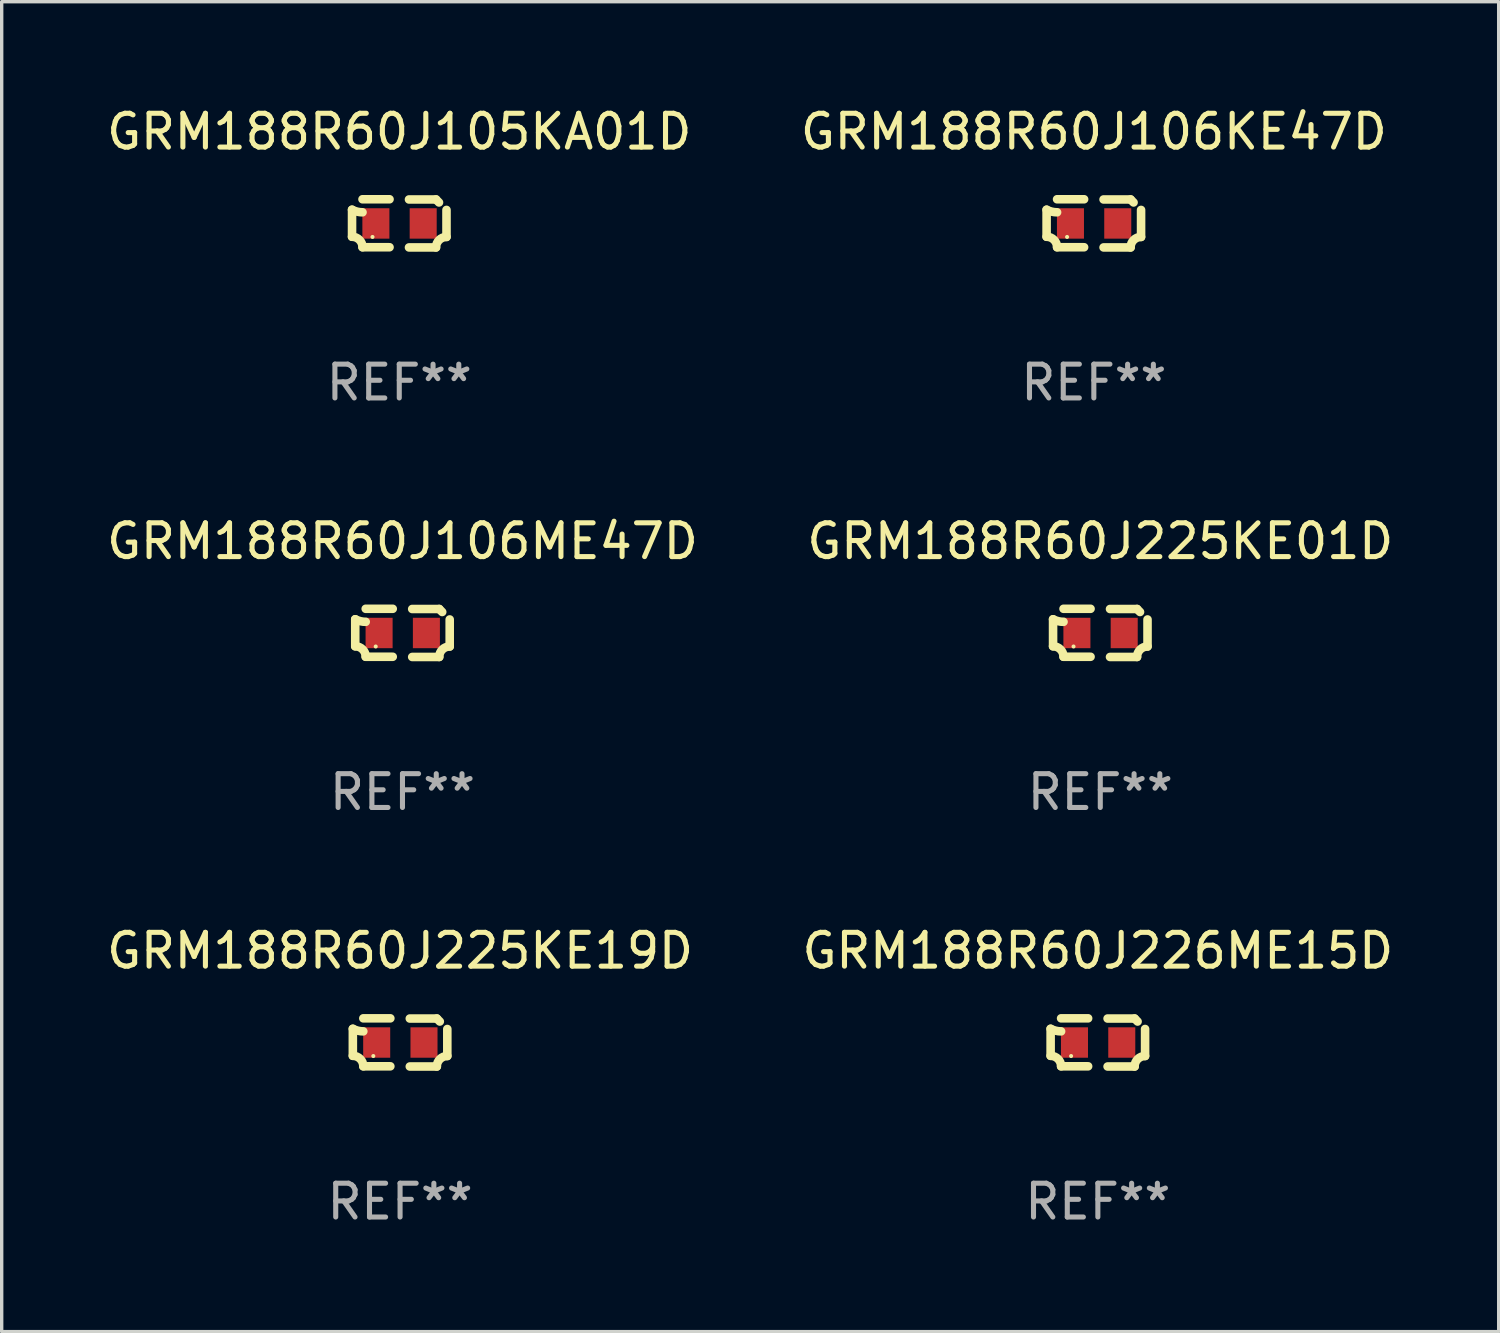
<source format=kicad_pcb>
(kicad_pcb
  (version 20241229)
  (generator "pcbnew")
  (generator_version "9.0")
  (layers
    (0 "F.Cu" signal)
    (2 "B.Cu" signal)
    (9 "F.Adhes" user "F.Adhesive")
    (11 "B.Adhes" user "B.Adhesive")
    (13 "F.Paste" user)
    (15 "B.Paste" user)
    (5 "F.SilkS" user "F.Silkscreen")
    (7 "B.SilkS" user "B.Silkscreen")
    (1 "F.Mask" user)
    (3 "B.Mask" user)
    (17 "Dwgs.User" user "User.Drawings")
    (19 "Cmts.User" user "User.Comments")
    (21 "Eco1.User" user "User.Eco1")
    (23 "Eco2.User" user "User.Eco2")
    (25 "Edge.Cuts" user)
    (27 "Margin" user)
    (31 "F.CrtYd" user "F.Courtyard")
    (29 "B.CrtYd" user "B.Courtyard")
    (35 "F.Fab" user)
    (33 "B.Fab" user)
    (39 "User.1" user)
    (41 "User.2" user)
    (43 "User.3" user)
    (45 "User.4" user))
  (footprint "GRM188R60J225KE01D"
    (layer "F.Cu")
    (at 29.518 15.683)
    (property "Reference" "GRM188R60J225KE01D" (at 0 -2.713 0) (layer "F.SilkS") (effects (font (size 1 1) (thickness 0.15))))
    (attr through_hole)
    (fp_line (start -1.398 -0.403) (end -1.398 0.397) (stroke (width 0.254) (type solid)) (layer "F.SilkS"))
    (fp_line (start -0.288 -0.713) (end -1.088 -0.713) (stroke (width 0.254) (type solid)) (layer "F.SilkS"))
    (fp_line (start -0.288 0.707) (end -1.088 0.707) (stroke (width 0.254) (type solid)) (layer "F.SilkS"))
    (fp_line (start 0.288 -0.707) (end 1.088 -0.707) (stroke (width 0.254) (type solid)) (layer "F.SilkS"))
    (fp_line (start 0.288 0.713) (end 1.088 0.713) (stroke (width 0.254) (type solid)) (layer "F.SilkS"))
    (fp_line (start 1.398 -0.397) (end 1.398 0.403) (stroke (width 0.254) (type solid)) (layer "F.SilkS"))
    (fp_arc (start -1.397789 0.397066) (mid -1.178701 0.487826) (end -1.08796 0.706922) (stroke (width 0.254001) (type solid)) (layer "F.SilkS"))
    (fp_arc (start -1.08796 -0.327176) (mid -1.247436 -0.346384) (end -1.39779 -0.402908) (stroke (width 0.254001) (type solid)) (layer "F.SilkS"))
    (fp_arc (start 1.087909 0.712738) (mid 1.178656 0.493655) (end 1.397739 0.402908) (stroke (width 0.254001) (type solid)) (layer "F.SilkS"))
    (fp_arc (start 1.175925 -0.618926) (mid 1.131917 -0.662923) (end 1.08791 -0.706922) (stroke (width 0.254001) (type solid)) (layer "F.SilkS"))
    (fp_circle (center -0.792 0.403) (end -0.762 0.403) (stroke (width 0.06) (type solid)) (fill no) (layer "F.SilkS"))
    (fp_text user "REF**" (at 0 4.713 0) (layer "F.Fab") (effects (font (size 1 1) (thickness 0.15))))
    (pad "1" smd rect (at -0.692 0.003) (size 0.8 0.9) (layers "F.Cu" "F.Mask" "F.Paste"))
    (pad "2" smd rect (at 0.708 0.003) (size 0.8 0.9) (layers "F.Cu" "F.Mask" "F.Paste")))
  (footprint "GRM188R60J105KA01D"
    (layer "F.Cu")
    (at 8.768 3.561)
    (property "Reference" "GRM188R60J105KA01D" (at 0 -2.713 0) (layer "F.SilkS") (effects (font (size 1 1) (thickness 0.15))))
    (attr through_hole)
    (fp_line (start -1.398 -0.403) (end -1.398 0.397) (stroke (width 0.254) (type solid)) (layer "F.SilkS"))
    (fp_line (start -0.288 -0.713) (end -1.088 -0.713) (stroke (width 0.254) (type solid)) (layer "F.SilkS"))
    (fp_line (start -0.288 0.707) (end -1.088 0.707) (stroke (width 0.254) (type solid)) (layer "F.SilkS"))
    (fp_line (start 0.288 -0.707) (end 1.088 -0.707) (stroke (width 0.254) (type solid)) (layer "F.SilkS"))
    (fp_line (start 0.288 0.713) (end 1.088 0.713) (stroke (width 0.254) (type solid)) (layer "F.SilkS"))
    (fp_line (start 1.398 -0.397) (end 1.398 0.403) (stroke (width 0.254) (type solid)) (layer "F.SilkS"))
    (fp_arc (start -1.397789 0.397066) (mid -1.178701 0.487826) (end -1.08796 0.706922) (stroke (width 0.254001) (type solid)) (layer "F.SilkS"))
    (fp_arc (start -1.08796 -0.327176) (mid -1.247436 -0.346384) (end -1.39779 -0.402908) (stroke (width 0.254001) (type solid)) (layer "F.SilkS"))
    (fp_arc (start 1.087909 0.712738) (mid 1.178656 0.493655) (end 1.397739 0.402908) (stroke (width 0.254001) (type solid)) (layer "F.SilkS"))
    (fp_arc (start 1.175925 -0.618926) (mid 1.131917 -0.662923) (end 1.08791 -0.706922) (stroke (width 0.254001) (type solid)) (layer "F.SilkS"))
    (fp_circle (center -0.792 0.403) (end -0.762 0.403) (stroke (width 0.06) (type solid)) (fill no) (layer "F.SilkS"))
    (fp_text user "REF**" (at 0 4.713 0) (layer "F.Fab") (effects (font (size 1 1) (thickness 0.15))))
    (pad "1" smd rect (at -0.692 0.003) (size 0.8 0.9) (layers "F.Cu" "F.Mask" "F.Paste"))
    (pad "2" smd rect (at 0.708 0.003) (size 0.8 0.9) (layers "F.Cu" "F.Mask" "F.Paste")))
  (footprint "GRM188R60J106KE47D"
    (layer "F.Cu")
    (at 29.327 3.561)
    (property "Reference" "GRM188R60J106KE47D" (at 0 -2.713 0) (layer "F.SilkS") (effects (font (size 1 1) (thickness 0.15))))
    (attr through_hole)
    (fp_line (start -1.398 -0.403) (end -1.398 0.397) (stroke (width 0.254) (type solid)) (layer "F.SilkS"))
    (fp_line (start -0.288 -0.713) (end -1.088 -0.713) (stroke (width 0.254) (type solid)) (layer "F.SilkS"))
    (fp_line (start -0.288 0.707) (end -1.088 0.707) (stroke (width 0.254) (type solid)) (layer "F.SilkS"))
    (fp_line (start 0.288 -0.707) (end 1.088 -0.707) (stroke (width 0.254) (type solid)) (layer "F.SilkS"))
    (fp_line (start 0.288 0.713) (end 1.088 0.713) (stroke (width 0.254) (type solid)) (layer "F.SilkS"))
    (fp_line (start 1.398 -0.397) (end 1.398 0.403) (stroke (width 0.254) (type solid)) (layer "F.SilkS"))
    (fp_arc (start -1.397789 0.397066) (mid -1.178701 0.487826) (end -1.08796 0.706922) (stroke (width 0.254001) (type solid)) (layer "F.SilkS"))
    (fp_arc (start -1.08796 -0.327176) (mid -1.247436 -0.346384) (end -1.39779 -0.402908) (stroke (width 0.254001) (type solid)) (layer "F.SilkS"))
    (fp_arc (start 1.087909 0.712738) (mid 1.178656 0.493655) (end 1.397739 0.402908) (stroke (width 0.254001) (type solid)) (layer "F.SilkS"))
    (fp_arc (start 1.175925 -0.618926) (mid 1.131917 -0.662923) (end 1.08791 -0.706922) (stroke (width 0.254001) (type solid)) (layer "F.SilkS"))
    (fp_circle (center -0.792 0.403) (end -0.762 0.403) (stroke (width 0.06) (type solid)) (fill no) (layer "F.SilkS"))
    (fp_text user "REF**" (at 0 4.713 0) (layer "F.Fab") (effects (font (size 1 1) (thickness 0.15))))
    (pad "1" smd rect (at -0.692 0.003) (size 0.8 0.9) (layers "F.Cu" "F.Mask" "F.Paste"))
    (pad "2" smd rect (at 0.708 0.003) (size 0.8 0.9) (layers "F.Cu" "F.Mask" "F.Paste")))
  (footprint "GRM188R60J225KE19D"
    (layer "F.Cu")
    (at 8.792 27.805)
    (property "Reference" "GRM188R60J225KE19D" (at 0 -2.713 0) (layer "F.SilkS") (effects (font (size 1 1) (thickness 0.15))))
    (attr through_hole)
    (fp_line (start -1.398 -0.403) (end -1.398 0.397) (stroke (width 0.254) (type solid)) (layer "F.SilkS"))
    (fp_line (start -0.288 -0.713) (end -1.088 -0.713) (stroke (width 0.254) (type solid)) (layer "F.SilkS"))
    (fp_line (start -0.288 0.707) (end -1.088 0.707) (stroke (width 0.254) (type solid)) (layer "F.SilkS"))
    (fp_line (start 0.288 -0.707) (end 1.088 -0.707) (stroke (width 0.254) (type solid)) (layer "F.SilkS"))
    (fp_line (start 0.288 0.713) (end 1.088 0.713) (stroke (width 0.254) (type solid)) (layer "F.SilkS"))
    (fp_line (start 1.398 -0.397) (end 1.398 0.403) (stroke (width 0.254) (type solid)) (layer "F.SilkS"))
    (fp_arc (start -1.397789 0.397066) (mid -1.178701 0.487826) (end -1.08796 0.706922) (stroke (width 0.254001) (type solid)) (layer "F.SilkS"))
    (fp_arc (start -1.08796 -0.327176) (mid -1.247436 -0.346384) (end -1.39779 -0.402908) (stroke (width 0.254001) (type solid)) (layer "F.SilkS"))
    (fp_arc (start 1.087909 0.712738) (mid 1.178656 0.493655) (end 1.397739 0.402908) (stroke (width 0.254001) (type solid)) (layer "F.SilkS"))
    (fp_arc (start 1.175925 -0.618926) (mid 1.131917 -0.662923) (end 1.08791 -0.706922) (stroke (width 0.254001) (type solid)) (layer "F.SilkS"))
    (fp_circle (center -0.792 0.403) (end -0.762 0.403) (stroke (width 0.06) (type solid)) (fill no) (layer "F.SilkS"))
    (fp_text user "REF**" (at 0 4.713 0) (layer "F.Fab") (effects (font (size 1 1) (thickness 0.15))))
    (pad "1" smd rect (at -0.692 0.003) (size 0.8 0.9) (layers "F.Cu" "F.Mask" "F.Paste"))
    (pad "2" smd rect (at 0.708 0.003) (size 0.8 0.9) (layers "F.Cu" "F.Mask" "F.Paste")))
  (footprint "GRM188R60J106ME47D"
    (layer "F.Cu")
    (at 8.863 15.683)
    (property "Reference" "GRM188R60J106ME47D" (at 0 -2.713 0) (layer "F.SilkS") (effects (font (size 1 1) (thickness 0.15))))
    (attr through_hole)
    (fp_line (start -1.398 -0.403) (end -1.398 0.397) (stroke (width 0.254) (type solid)) (layer "F.SilkS"))
    (fp_line (start -0.288 -0.713) (end -1.088 -0.713) (stroke (width 0.254) (type solid)) (layer "F.SilkS"))
    (fp_line (start -0.288 0.707) (end -1.088 0.707) (stroke (width 0.254) (type solid)) (layer "F.SilkS"))
    (fp_line (start 0.288 -0.707) (end 1.088 -0.707) (stroke (width 0.254) (type solid)) (layer "F.SilkS"))
    (fp_line (start 0.288 0.713) (end 1.088 0.713) (stroke (width 0.254) (type solid)) (layer "F.SilkS"))
    (fp_line (start 1.398 -0.397) (end 1.398 0.403) (stroke (width 0.254) (type solid)) (layer "F.SilkS"))
    (fp_arc (start -1.397789 0.397066) (mid -1.178701 0.487826) (end -1.08796 0.706922) (stroke (width 0.254001) (type solid)) (layer "F.SilkS"))
    (fp_arc (start -1.08796 -0.327176) (mid -1.247436 -0.346384) (end -1.39779 -0.402908) (stroke (width 0.254001) (type solid)) (layer "F.SilkS"))
    (fp_arc (start 1.087909 0.712738) (mid 1.178656 0.493655) (end 1.397739 0.402908) (stroke (width 0.254001) (type solid)) (layer "F.SilkS"))
    (fp_arc (start 1.175925 -0.618926) (mid 1.131917 -0.662923) (end 1.08791 -0.706922) (stroke (width 0.254001) (type solid)) (layer "F.SilkS"))
    (fp_circle (center -0.792 0.403) (end -0.762 0.403) (stroke (width 0.06) (type solid)) (fill no) (layer "F.SilkS"))
    (fp_text user "REF**" (at 0 4.713 0) (layer "F.Fab") (effects (font (size 1 1) (thickness 0.15))))
    (pad "1" smd rect (at -0.692 0.003) (size 0.8 0.9) (layers "F.Cu" "F.Mask" "F.Paste"))
    (pad "2" smd rect (at 0.708 0.003) (size 0.8 0.9) (layers "F.Cu" "F.Mask" "F.Paste")))
  (footprint "GRM188R60J226ME15D"
    (layer "F.Cu")
    (at 29.446 27.805)
    (property "Reference" "GRM188R60J226ME15D" (at 0 -2.713 0) (layer "F.SilkS") (effects (font (size 1 1) (thickness 0.15))))
    (attr through_hole)
    (fp_line (start -1.398 -0.403) (end -1.398 0.397) (stroke (width 0.254) (type solid)) (layer "F.SilkS"))
    (fp_line (start -0.288 -0.713) (end -1.088 -0.713) (stroke (width 0.254) (type solid)) (layer "F.SilkS"))
    (fp_line (start -0.288 0.707) (end -1.088 0.707) (stroke (width 0.254) (type solid)) (layer "F.SilkS"))
    (fp_line (start 0.288 -0.707) (end 1.088 -0.707) (stroke (width 0.254) (type solid)) (layer "F.SilkS"))
    (fp_line (start 0.288 0.713) (end 1.088 0.713) (stroke (width 0.254) (type solid)) (layer "F.SilkS"))
    (fp_line (start 1.398 -0.397) (end 1.398 0.403) (stroke (width 0.254) (type solid)) (layer "F.SilkS"))
    (fp_arc (start -1.397789 0.397066) (mid -1.178701 0.487826) (end -1.08796 0.706922) (stroke (width 0.254001) (type solid)) (layer "F.SilkS"))
    (fp_arc (start -1.08796 -0.327176) (mid -1.247436 -0.346384) (end -1.39779 -0.402908) (stroke (width 0.254001) (type solid)) (layer "F.SilkS"))
    (fp_arc (start 1.087909 0.712738) (mid 1.178656 0.493655) (end 1.397739 0.402908) (stroke (width 0.254001) (type solid)) (layer "F.SilkS"))
    (fp_arc (start 1.175925 -0.618926) (mid 1.131917 -0.662923) (end 1.08791 -0.706922) (stroke (width 0.254001) (type solid)) (layer "F.SilkS"))
    (fp_circle (center -0.792 0.403) (end -0.762 0.403) (stroke (width 0.06) (type solid)) (fill no) (layer "F.SilkS"))
    (fp_text user "REF**" (at 0 4.713 0) (layer "F.Fab") (effects (font (size 1 1) (thickness 0.15))))
    (pad "1" smd rect (at -0.692 0.003) (size 0.8 0.9) (layers "F.Cu" "F.Mask" "F.Paste"))
    (pad "2" smd rect (at 0.708 0.003) (size 0.8 0.9) (layers "F.Cu" "F.Mask" "F.Paste")))
  (gr_rect
    (start -3 -3)
    (end 41.31 36.366)
    (stroke (width 0.1) (type default))
    (fill no)
    (layer "Edge.Cuts")))
</source>
